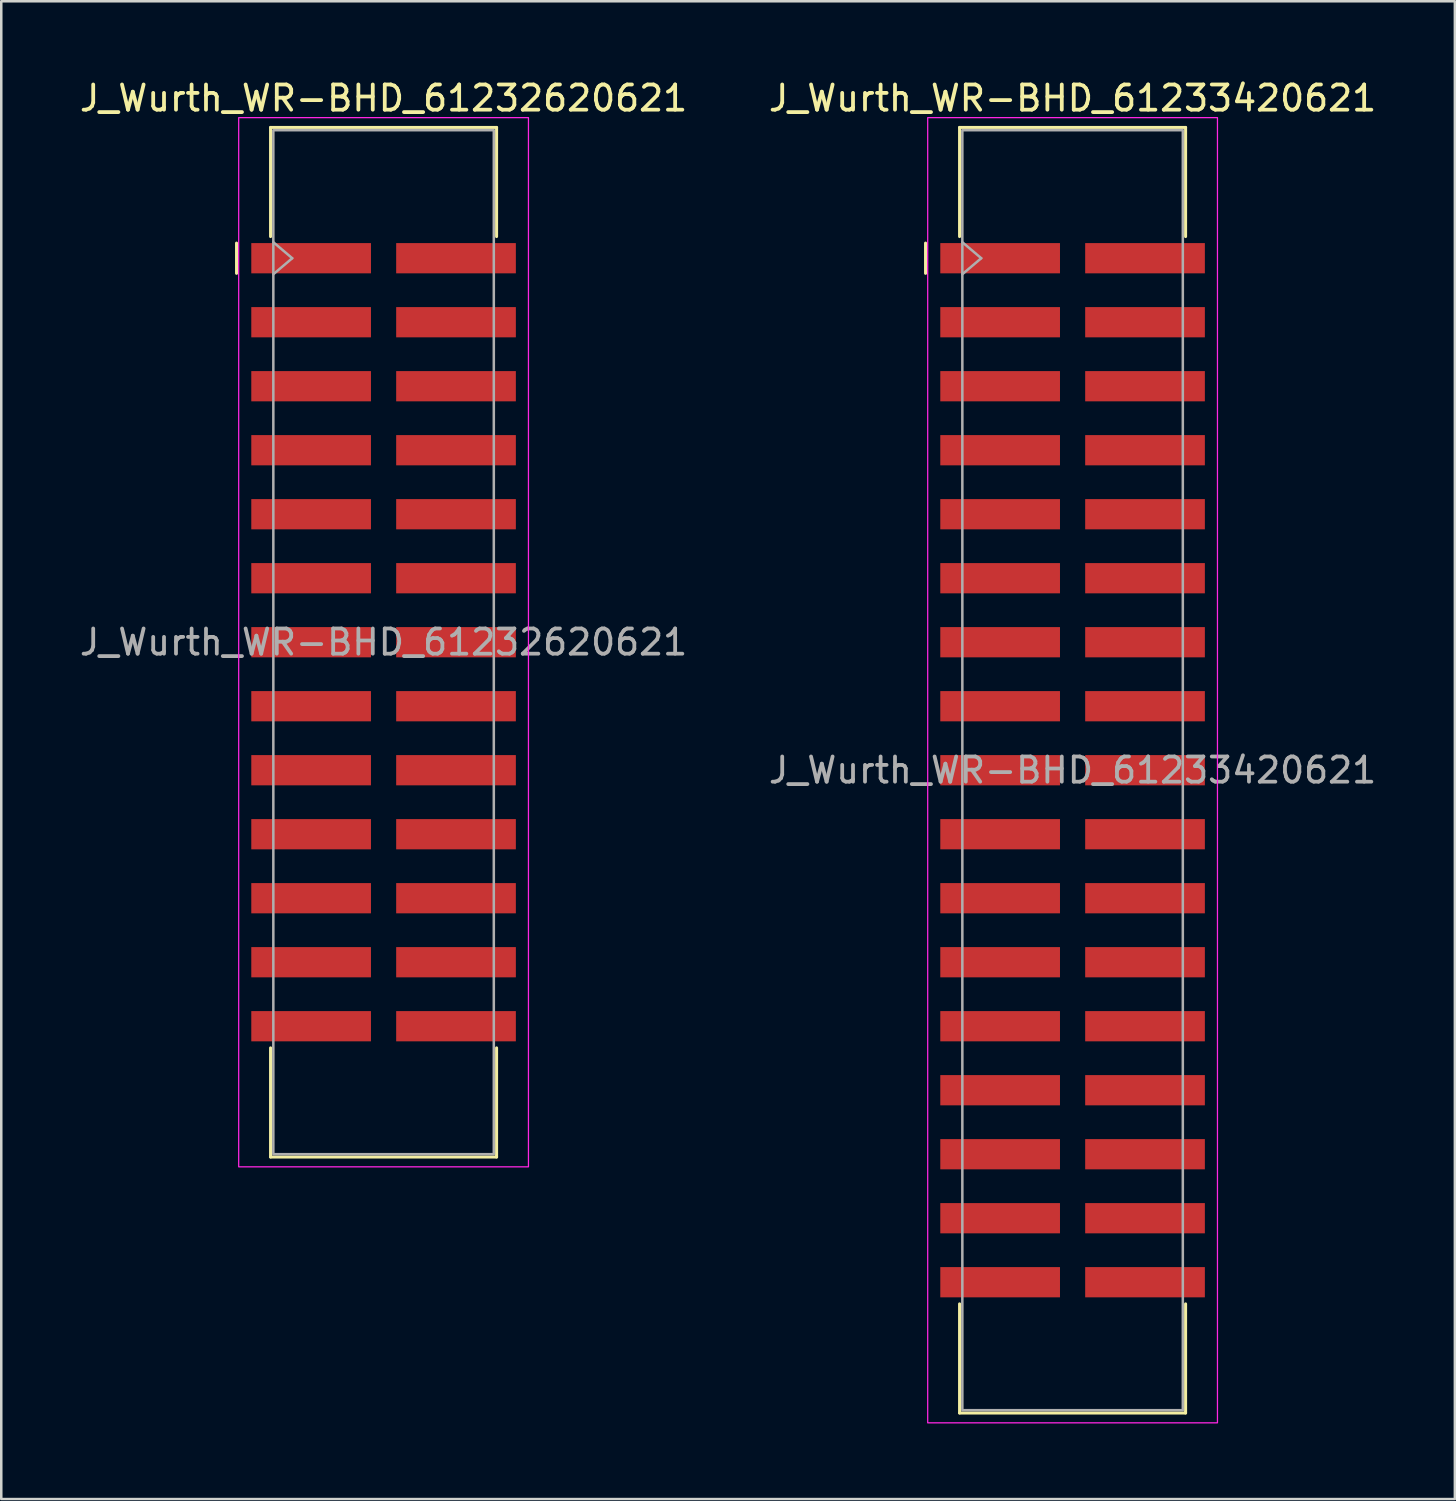
<source format=kicad_pcb>
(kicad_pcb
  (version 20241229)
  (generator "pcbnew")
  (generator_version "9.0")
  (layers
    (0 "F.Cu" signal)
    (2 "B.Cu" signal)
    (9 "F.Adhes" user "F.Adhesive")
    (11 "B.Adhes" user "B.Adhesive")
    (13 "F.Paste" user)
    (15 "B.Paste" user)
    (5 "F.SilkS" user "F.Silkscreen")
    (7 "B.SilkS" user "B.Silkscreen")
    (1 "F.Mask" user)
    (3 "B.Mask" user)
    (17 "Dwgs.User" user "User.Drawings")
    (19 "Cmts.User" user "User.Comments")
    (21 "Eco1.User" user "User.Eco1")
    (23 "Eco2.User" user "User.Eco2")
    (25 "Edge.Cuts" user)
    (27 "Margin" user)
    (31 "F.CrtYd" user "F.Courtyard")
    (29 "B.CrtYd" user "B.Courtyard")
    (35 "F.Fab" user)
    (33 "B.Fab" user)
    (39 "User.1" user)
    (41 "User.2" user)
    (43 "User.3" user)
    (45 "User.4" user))
  (footprint "J_Wurth_WR-BHD_61232620621"
    (layer "F.Cu")
    (at 12.173 22.438)
    (property "Reference" "J_Wurth_WR-BHD_61232620621" (at 0 -21.59 0) (unlocked yes) (layer "F.SilkS") (effects (font (size 1 1) (thickness 0.15))))
    (attr smd)
    (fp_line (start -5.835 -15.84) (end -5.835 -14.64) (stroke (width 0.12) (type solid)) (layer "F.SilkS"))
    (fp_line (start -4.485 -16.1) (end -4.485 -20.43) (stroke (width 0.12) (type solid)) (layer "F.SilkS"))
    (fp_line (start -4.485 20.43) (end -4.485 16.1) (stroke (width 0.12) (type solid)) (layer "F.SilkS"))
    (fp_line (start 4.485 -20.43) (end -4.485 -20.43) (stroke (width 0.12) (type solid)) (layer "F.SilkS"))
    (fp_line (start 4.485 -20.43) (end 4.485 -16.1) (stroke (width 0.12) (type solid)) (layer "F.SilkS"))
    (fp_line (start 4.485 16.1) (end 4.485 20.43) (stroke (width 0.12) (type solid)) (layer "F.SilkS"))
    (fp_line (start 4.485 20.43) (end -4.485 20.43) (stroke (width 0.12) (type solid)) (layer "F.SilkS"))
    (fp_rect (start -5.75 -20.82) (end 5.75 20.82) (stroke (width 0.05) (type solid)) (fill no) (layer "F.CrtYd"))
    (fp_line (start -3.625 -15.24) (end -4.375 -15.875) (stroke (width 0.1) (type solid)) (layer "F.Fab"))
    (fp_line (start -3.625 -15.24) (end -4.375 -14.605) (stroke (width 0.1) (type solid)) (layer "F.Fab"))
    (fp_rect (start -4.375 -20.32) (end 4.375 20.32) (stroke (width 0.1) (type solid)) (fill no) (layer "F.Fab"))
    (fp_text user "${REFERENCE}" (at 0 0 0) (unlocked yes) (layer "F.Fab") (effects (font (size 1 1) (thickness 0.15))))
    (pad "1" smd rect (at -2.875 -15.24 270) (size 1.2 4.75) (layers "F.Cu" "F.Mask" "F.Paste"))
    (pad "2" smd rect (at 2.875 -15.24 270) (size 1.2 4.75) (layers "F.Cu" "F.Mask" "F.Paste"))
    (pad "3" smd rect (at -2.875 -12.7 270) (size 1.2 4.75) (layers "F.Cu" "F.Mask" "F.Paste"))
    (pad "4" smd rect (at 2.875 -12.7 270) (size 1.2 4.75) (layers "F.Cu" "F.Mask" "F.Paste"))
    (pad "5" smd rect (at -2.875 -10.16 270) (size 1.2 4.75) (layers "F.Cu" "F.Mask" "F.Paste"))
    (pad "6" smd rect (at 2.875 -10.16 270) (size 1.2 4.75) (layers "F.Cu" "F.Mask" "F.Paste"))
    (pad "7" smd rect (at -2.875 -7.62 270) (size 1.2 4.75) (layers "F.Cu" "F.Mask" "F.Paste"))
    (pad "8" smd rect (at 2.875 -7.62 270) (size 1.2 4.75) (layers "F.Cu" "F.Mask" "F.Paste"))
    (pad "9" smd rect (at -2.875 -5.08 270) (size 1.2 4.75) (layers "F.Cu" "F.Mask" "F.Paste"))
    (pad "10" smd rect (at 2.875 -5.08 270) (size 1.2 4.75) (layers "F.Cu" "F.Mask" "F.Paste"))
    (pad "11" smd rect (at -2.875 -2.54 270) (size 1.2 4.75) (layers "F.Cu" "F.Mask" "F.Paste"))
    (pad "12" smd rect (at 2.875 -2.54 270) (size 1.2 4.75) (layers "F.Cu" "F.Mask" "F.Paste"))
    (pad "13" smd rect (at -2.875 0 270) (size 1.2 4.75) (layers "F.Cu" "F.Mask" "F.Paste"))
    (pad "14" smd rect (at 2.875 0 270) (size 1.2 4.75) (layers "F.Cu" "F.Mask" "F.Paste"))
    (pad "15" smd rect (at -2.875 2.54 270) (size 1.2 4.75) (layers "F.Cu" "F.Mask" "F.Paste"))
    (pad "16" smd rect (at 2.875 2.54 270) (size 1.2 4.75) (layers "F.Cu" "F.Mask" "F.Paste"))
    (pad "17" smd rect (at -2.875 5.08 270) (size 1.2 4.75) (layers "F.Cu" "F.Mask" "F.Paste"))
    (pad "18" smd rect (at 2.875 5.08 270) (size 1.2 4.75) (layers "F.Cu" "F.Mask" "F.Paste"))
    (pad "19" smd rect (at -2.875 7.62 270) (size 1.2 4.75) (layers "F.Cu" "F.Mask" "F.Paste"))
    (pad "20" smd rect (at 2.875 7.62 270) (size 1.2 4.75) (layers "F.Cu" "F.Mask" "F.Paste"))
    (pad "21" smd rect (at -2.875 10.16 270) (size 1.2 4.75) (layers "F.Cu" "F.Mask" "F.Paste"))
    (pad "22" smd rect (at 2.875 10.16 270) (size 1.2 4.75) (layers "F.Cu" "F.Mask" "F.Paste"))
    (pad "23" smd rect (at -2.875 12.7 270) (size 1.2 4.75) (layers "F.Cu" "F.Mask" "F.Paste"))
    (pad "24" smd rect (at 2.875 12.7 270) (size 1.2 4.75) (layers "F.Cu" "F.Mask" "F.Paste"))
    (pad "25" smd rect (at -2.875 15.24 270) (size 1.2 4.75) (layers "F.Cu" "F.Mask" "F.Paste"))
    (pad "26" smd rect (at 2.875 15.24 270) (size 1.2 4.75) (layers "F.Cu" "F.Mask" "F.Paste")))
  (footprint "J_Wurth_WR-BHD_61233420621"
    (layer "F.Cu")
    (at 39.518 27.518)
    (property "Reference" "J_Wurth_WR-BHD_61233420621" (at 0 -26.67 0) (unlocked yes) (layer "F.SilkS") (effects (font (size 1 1) (thickness 0.15))))
    (attr smd)
    (fp_line (start -5.835 -20.92) (end -5.835 -19.72) (stroke (width 0.12) (type solid)) (layer "F.SilkS"))
    (fp_line (start -4.485 -21.18) (end -4.485 -25.51) (stroke (width 0.12) (type solid)) (layer "F.SilkS"))
    (fp_line (start -4.485 25.51) (end -4.485 21.18) (stroke (width 0.12) (type solid)) (layer "F.SilkS"))
    (fp_line (start 4.485 -25.51) (end -4.485 -25.51) (stroke (width 0.12) (type solid)) (layer "F.SilkS"))
    (fp_line (start 4.485 -25.51) (end 4.485 -21.18) (stroke (width 0.12) (type solid)) (layer "F.SilkS"))
    (fp_line (start 4.485 21.18) (end 4.485 25.51) (stroke (width 0.12) (type solid)) (layer "F.SilkS"))
    (fp_line (start 4.485 25.51) (end -4.485 25.51) (stroke (width 0.12) (type solid)) (layer "F.SilkS"))
    (fp_rect (start -5.75 -25.9) (end 5.75 25.9) (stroke (width 0.05) (type solid)) (fill no) (layer "F.CrtYd"))
    (fp_line (start -3.625 -20.32) (end -4.375 -20.955) (stroke (width 0.1) (type solid)) (layer "F.Fab"))
    (fp_line (start -3.625 -20.32) (end -4.375 -19.685) (stroke (width 0.1) (type solid)) (layer "F.Fab"))
    (fp_rect (start -4.375 -25.4) (end 4.375 25.4) (stroke (width 0.1) (type solid)) (fill no) (layer "F.Fab"))
    (fp_text user "${REFERENCE}" (at 0 0 0) (unlocked yes) (layer "F.Fab") (effects (font (size 1 1) (thickness 0.15))))
    (pad "1" smd rect (at -2.875 -20.32 270) (size 1.2 4.75) (layers "F.Cu" "F.Mask" "F.Paste"))
    (pad "2" smd rect (at 2.875 -20.32 270) (size 1.2 4.75) (layers "F.Cu" "F.Mask" "F.Paste"))
    (pad "3" smd rect (at -2.875 -17.78 270) (size 1.2 4.75) (layers "F.Cu" "F.Mask" "F.Paste"))
    (pad "4" smd rect (at 2.875 -17.78 270) (size 1.2 4.75) (layers "F.Cu" "F.Mask" "F.Paste"))
    (pad "5" smd rect (at -2.875 -15.24 270) (size 1.2 4.75) (layers "F.Cu" "F.Mask" "F.Paste"))
    (pad "6" smd rect (at 2.875 -15.24 270) (size 1.2 4.75) (layers "F.Cu" "F.Mask" "F.Paste"))
    (pad "7" smd rect (at -2.875 -12.7 270) (size 1.2 4.75) (layers "F.Cu" "F.Mask" "F.Paste"))
    (pad "8" smd rect (at 2.875 -12.7 270) (size 1.2 4.75) (layers "F.Cu" "F.Mask" "F.Paste"))
    (pad "9" smd rect (at -2.875 -10.16 270) (size 1.2 4.75) (layers "F.Cu" "F.Mask" "F.Paste"))
    (pad "10" smd rect (at 2.875 -10.16 270) (size 1.2 4.75) (layers "F.Cu" "F.Mask" "F.Paste"))
    (pad "11" smd rect (at -2.875 -7.62 270) (size 1.2 4.75) (layers "F.Cu" "F.Mask" "F.Paste"))
    (pad "12" smd rect (at 2.875 -7.62 270) (size 1.2 4.75) (layers "F.Cu" "F.Mask" "F.Paste"))
    (pad "13" smd rect (at -2.875 -5.08 270) (size 1.2 4.75) (layers "F.Cu" "F.Mask" "F.Paste"))
    (pad "14" smd rect (at 2.875 -5.08 270) (size 1.2 4.75) (layers "F.Cu" "F.Mask" "F.Paste"))
    (pad "15" smd rect (at -2.875 -2.54 270) (size 1.2 4.75) (layers "F.Cu" "F.Mask" "F.Paste"))
    (pad "16" smd rect (at 2.875 -2.54 270) (size 1.2 4.75) (layers "F.Cu" "F.Mask" "F.Paste"))
    (pad "17" smd rect (at -2.875 0 270) (size 1.2 4.75) (layers "F.Cu" "F.Mask" "F.Paste"))
    (pad "18" smd rect (at 2.875 0 270) (size 1.2 4.75) (layers "F.Cu" "F.Mask" "F.Paste"))
    (pad "19" smd rect (at -2.875 2.54 270) (size 1.2 4.75) (layers "F.Cu" "F.Mask" "F.Paste"))
    (pad "20" smd rect (at 2.875 2.54 270) (size 1.2 4.75) (layers "F.Cu" "F.Mask" "F.Paste"))
    (pad "21" smd rect (at -2.875 5.08 270) (size 1.2 4.75) (layers "F.Cu" "F.Mask" "F.Paste"))
    (pad "22" smd rect (at 2.875 5.08 270) (size 1.2 4.75) (layers "F.Cu" "F.Mask" "F.Paste"))
    (pad "23" smd rect (at -2.875 7.62 270) (size 1.2 4.75) (layers "F.Cu" "F.Mask" "F.Paste"))
    (pad "24" smd rect (at 2.875 7.62 270) (size 1.2 4.75) (layers "F.Cu" "F.Mask" "F.Paste"))
    (pad "25" smd rect (at -2.875 10.16 270) (size 1.2 4.75) (layers "F.Cu" "F.Mask" "F.Paste"))
    (pad "26" smd rect (at 2.875 10.16 270) (size 1.2 4.75) (layers "F.Cu" "F.Mask" "F.Paste"))
    (pad "27" smd rect (at -2.875 12.7 270) (size 1.2 4.75) (layers "F.Cu" "F.Mask" "F.Paste"))
    (pad "28" smd rect (at 2.875 12.7 270) (size 1.2 4.75) (layers "F.Cu" "F.Mask" "F.Paste"))
    (pad "29" smd rect (at -2.875 15.24 270) (size 1.2 4.75) (layers "F.Cu" "F.Mask" "F.Paste"))
    (pad "30" smd rect (at 2.875 15.24 270) (size 1.2 4.75) (layers "F.Cu" "F.Mask" "F.Paste"))
    (pad "31" smd rect (at -2.875 17.78 270) (size 1.2 4.75) (layers "F.Cu" "F.Mask" "F.Paste"))
    (pad "32" smd rect (at 2.875 17.78 270) (size 1.2 4.75) (layers "F.Cu" "F.Mask" "F.Paste"))
    (pad "33" smd rect (at -2.875 20.32 270) (size 1.2 4.75) (layers "F.Cu" "F.Mask" "F.Paste"))
    (pad "34" smd rect (at 2.875 20.32 270) (size 1.2 4.75) (layers "F.Cu" "F.Mask" "F.Paste")))
  (gr_rect
    (start -3 -3)
    (end 54.69 56.443)
    (stroke (width 0.1) (type default))
    (fill no)
    (layer "Edge.Cuts")))
</source>
